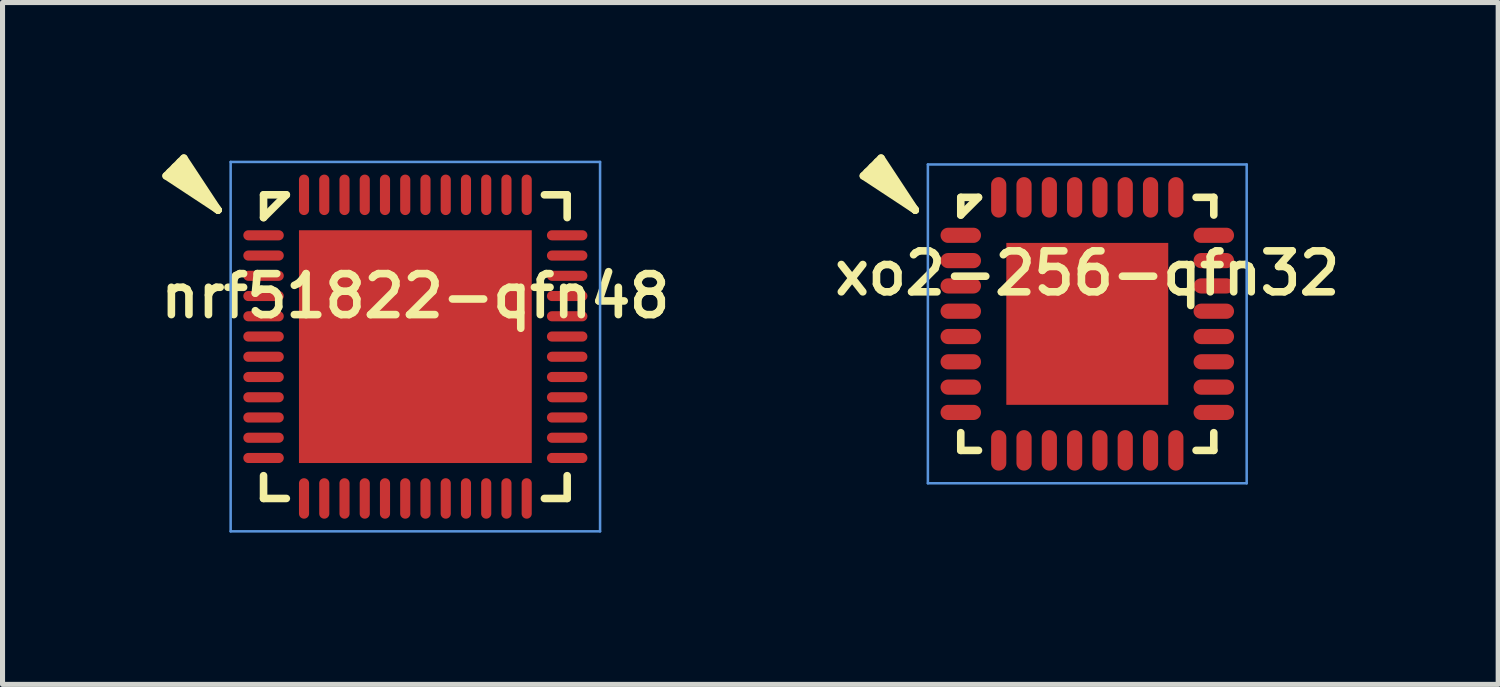
<source format=kicad_pcb>
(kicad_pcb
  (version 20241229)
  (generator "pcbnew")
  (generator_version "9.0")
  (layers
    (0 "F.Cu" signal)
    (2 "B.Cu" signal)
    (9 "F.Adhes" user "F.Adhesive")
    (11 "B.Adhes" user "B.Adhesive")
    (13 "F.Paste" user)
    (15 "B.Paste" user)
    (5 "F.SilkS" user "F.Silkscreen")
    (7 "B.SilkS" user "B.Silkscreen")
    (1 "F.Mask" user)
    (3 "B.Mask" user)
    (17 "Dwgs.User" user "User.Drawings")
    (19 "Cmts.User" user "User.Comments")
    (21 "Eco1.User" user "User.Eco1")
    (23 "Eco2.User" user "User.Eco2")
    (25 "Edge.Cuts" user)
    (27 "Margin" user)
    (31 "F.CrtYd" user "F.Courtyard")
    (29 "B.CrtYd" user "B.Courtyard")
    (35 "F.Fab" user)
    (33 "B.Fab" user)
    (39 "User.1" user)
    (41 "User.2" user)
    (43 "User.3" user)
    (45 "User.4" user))
  (footprint "nrf51822-qfn48"
    (layer "F.Cu")
    (at 5.158 3.8)
    (property "Reference" "nrf51822-qfn48" (at 0 -1 0) (layer "F.SilkS") (effects (font (size 0.81 0.81) (thickness 0.15))))
    (attr through_hole)
    (fp_line (start -4.925 -3.375) (end -4.575 -3.725) (stroke (width 0.15) (type solid)) (layer "F.SilkS"))
    (fp_line (start -4.575 -3.725) (end -3.9 -2.7) (stroke (width 0.15) (type solid)) (layer "F.SilkS"))
    (fp_line (start -3.9 -2.7) (end -4.925 -3.375) (stroke (width 0.15) (type solid)) (layer "F.SilkS"))
    (fp_line (start -3.9 -2.7) (end -4.85 -3.45) (stroke (width 0.15) (type solid)) (layer "F.SilkS"))
    (fp_line (start -3.9 -2.7) (end -4.75 -3.55) (stroke (width 0.15) (type solid)) (layer "F.SilkS"))
    (fp_line (start -3.9 -2.7) (end -4.65 -3.65) (stroke (width 0.15) (type solid)) (layer "F.SilkS"))
    (fp_line (start -3 -2.55) (end -3 -3) (stroke (width 0.15) (type solid)) (layer "F.SilkS"))
    (fp_line (start -3 -2.55) (end -2.55 -3) (stroke (width 0.15) (type solid)) (layer "F.SilkS"))
    (fp_line (start -3 2.55) (end -3 3) (stroke (width 0.15) (type solid)) (layer "F.SilkS"))
    (fp_line (start -2.55 -3) (end -3 -3) (stroke (width 0.15) (type solid)) (layer "F.SilkS"))
    (fp_line (start -2.55 3) (end -3 3) (stroke (width 0.15) (type solid)) (layer "F.SilkS"))
    (fp_line (start 2.55 -3) (end 3 -3) (stroke (width 0.15) (type solid)) (layer "F.SilkS"))
    (fp_line (start 2.55 3) (end 3 3) (stroke (width 0.15) (type solid)) (layer "F.SilkS"))
    (fp_line (start 3 -2.55) (end 3 -3) (stroke (width 0.15) (type solid)) (layer "F.SilkS"))
    (fp_line (start 3 2.55) (end 3 3) (stroke (width 0.15) (type solid)) (layer "F.SilkS"))
    (fp_line (start -3.65 -3.65) (end -3.65 3.65) (stroke (width 0.05) (type solid)) (layer "Cmts.User"))
    (fp_line (start -3.65 3.65) (end 3.65 3.65) (stroke (width 0.05) (type solid)) (layer "Cmts.User"))
    (fp_line (start 3.65 -3.65) (end -3.65 -3.65) (stroke (width 0.05) (type solid)) (layer "Cmts.User"))
    (fp_line (start 3.65 3.65) (end 3.65 -3.65) (stroke (width 0.05) (type solid)) (layer "Cmts.User"))
    (pad "1" smd oval (at -3 -2.2) (size 0.8 0.2) (layers "F.Cu" "F.Mask" "F.Paste"))
    (pad "2" smd oval (at -3 -1.8) (size 0.8 0.2) (layers "F.Cu" "F.Mask" "F.Paste"))
    (pad "3" smd oval (at -3 -1.4) (size 0.8 0.2) (layers "F.Cu" "F.Mask" "F.Paste"))
    (pad "4" smd oval (at -3 -1) (size 0.8 0.2) (layers "F.Cu" "F.Mask" "F.Paste"))
    (pad "5" smd oval (at -3 -0.6) (size 0.8 0.2) (layers "F.Cu" "F.Mask" "F.Paste"))
    (pad "6" smd oval (at -3 -0.2) (size 0.8 0.2) (layers "F.Cu" "F.Mask" "F.Paste"))
    (pad "7" smd oval (at -3 0.2) (size 0.8 0.2) (layers "F.Cu" "F.Mask" "F.Paste"))
    (pad "8" smd oval (at -3 0.6) (size 0.8 0.2) (layers "F.Cu" "F.Mask" "F.Paste"))
    (pad "9" smd oval (at -3 1) (size 0.8 0.2) (layers "F.Cu" "F.Mask" "F.Paste"))
    (pad "10" smd oval (at -3 1.4) (size 0.8 0.2) (layers "F.Cu" "F.Mask" "F.Paste"))
    (pad "11" smd oval (at -3 1.8) (size 0.8 0.2) (layers "F.Cu" "F.Mask" "F.Paste"))
    (pad "12" smd oval (at -3 2.2) (size 0.8 0.2) (layers "F.Cu" "F.Mask" "F.Paste"))
    (pad "13" smd oval (at -2.2 3 90) (size 0.8 0.2) (layers "F.Cu" "F.Mask" "F.Paste"))
    (pad "14" smd oval (at -1.8 3 90) (size 0.8 0.2) (layers "F.Cu" "F.Mask" "F.Paste"))
    (pad "15" smd oval (at -1.4 3 90) (size 0.8 0.2) (layers "F.Cu" "F.Mask" "F.Paste"))
    (pad "16" smd oval (at -1 3 90) (size 0.8 0.2) (layers "F.Cu" "F.Mask" "F.Paste"))
    (pad "17" smd oval (at -0.6 3 90) (size 0.8 0.2) (layers "F.Cu" "F.Mask" "F.Paste"))
    (pad "18" smd oval (at -0.2 3 90) (size 0.8 0.2) (layers "F.Cu" "F.Mask" "F.Paste"))
    (pad "19" smd oval (at 0.2 3 90) (size 0.8 0.2) (layers "F.Cu" "F.Mask" "F.Paste"))
    (pad "20" smd oval (at 0.6 3 90) (size 0.8 0.2) (layers "F.Cu" "F.Mask" "F.Paste"))
    (pad "21" smd oval (at 1 3 90) (size 0.8 0.2) (layers "F.Cu" "F.Mask" "F.Paste"))
    (pad "22" smd oval (at 1.4 3 90) (size 0.8 0.2) (layers "F.Cu" "F.Mask" "F.Paste"))
    (pad "23" smd oval (at 1.8 3 90) (size 0.8 0.2) (layers "F.Cu" "F.Mask" "F.Paste"))
    (pad "24" smd oval (at 2.2 3 90) (size 0.8 0.2) (layers "F.Cu" "F.Mask" "F.Paste"))
    (pad "25" smd oval (at 3 2.2) (size 0.8 0.2) (layers "F.Cu" "F.Mask" "F.Paste"))
    (pad "26" smd oval (at 3 1.8) (size 0.8 0.2) (layers "F.Cu" "F.Mask" "F.Paste"))
    (pad "27" smd oval (at 3 1.4) (size 0.8 0.2) (layers "F.Cu" "F.Mask" "F.Paste"))
    (pad "28" smd oval (at 3 1) (size 0.8 0.2) (layers "F.Cu" "F.Mask" "F.Paste"))
    (pad "29" smd oval (at 3 0.6) (size 0.8 0.2) (layers "F.Cu" "F.Mask" "F.Paste"))
    (pad "30" smd oval (at 3 0.2) (size 0.8 0.2) (layers "F.Cu" "F.Mask" "F.Paste"))
    (pad "31" smd oval (at 3 -0.2) (size 0.8 0.2) (layers "F.Cu" "F.Mask" "F.Paste"))
    (pad "32" smd oval (at 3 -0.6) (size 0.8 0.2) (layers "F.Cu" "F.Mask" "F.Paste"))
    (pad "33" smd oval (at 3 -1) (size 0.8 0.2) (layers "F.Cu" "F.Mask" "F.Paste"))
    (pad "34" smd oval (at 3 -1.4) (size 0.8 0.2) (layers "F.Cu" "F.Mask" "F.Paste"))
    (pad "35" smd oval (at 3 -1.8) (size 0.8 0.2) (layers "F.Cu" "F.Mask" "F.Paste"))
    (pad "36" smd oval (at 3 -2.2) (size 0.8 0.2) (layers "F.Cu" "F.Mask" "F.Paste"))
    (pad "37" smd oval (at 2.2 -3 90) (size 0.8 0.2) (layers "F.Cu" "F.Mask" "F.Paste"))
    (pad "38" smd oval (at 1.8 -3 90) (size 0.8 0.2) (layers "F.Cu" "F.Mask" "F.Paste"))
    (pad "39" smd oval (at 1.4 -3 90) (size 0.8 0.2) (layers "F.Cu" "F.Mask" "F.Paste"))
    (pad "40" smd oval (at 1 -3 90) (size 0.8 0.2) (layers "F.Cu" "F.Mask" "F.Paste"))
    (pad "41" smd oval (at 0.6 -3 90) (size 0.8 0.2) (layers "F.Cu" "F.Mask" "F.Paste"))
    (pad "42" smd oval (at 0.2 -3 90) (size 0.8 0.2) (layers "F.Cu" "F.Mask" "F.Paste"))
    (pad "43" smd oval (at -0.2 -3 90) (size 0.8 0.2) (layers "F.Cu" "F.Mask" "F.Paste"))
    (pad "44" smd oval (at -0.6 -3 90) (size 0.8 0.2) (layers "F.Cu" "F.Mask" "F.Paste"))
    (pad "45" smd oval (at -1 -3 90) (size 0.8 0.2) (layers "F.Cu" "F.Mask" "F.Paste"))
    (pad "46" smd oval (at -1.4 -3 90) (size 0.8 0.2) (layers "F.Cu" "F.Mask" "F.Paste"))
    (pad "47" smd oval (at -1.8 -3 90) (size 0.8 0.2) (layers "F.Cu" "F.Mask" "F.Paste"))
    (pad "48" smd oval (at -2.2 -3 90) (size 0.8 0.2) (layers "F.Cu" "F.Mask" "F.Paste"))
    (pad "FLAG" smd rect (at 0 0) (size 4.6 4.6) (layers "F.Cu" "F.Mask")))
  (footprint "xo2-256-qfn32"
    (layer "F.Cu")
    (at 18.436 3.35)
    (property "Reference" "xo2-256-qfn32" (at 0 -1 0) (layer "F.SilkS") (effects (font (size 0.81 0.81) (thickness 0.15))))
    (attr through_hole)
    (fp_line (start -4.425 -2.925) (end -4.075 -3.275) (stroke (width 0.15) (type solid)) (layer "F.SilkS"))
    (fp_line (start -4.075 -3.275) (end -3.4 -2.25) (stroke (width 0.15) (type solid)) (layer "F.SilkS"))
    (fp_line (start -3.4 -2.25) (end -4.425 -2.925) (stroke (width 0.15) (type solid)) (layer "F.SilkS"))
    (fp_line (start -3.4 -2.25) (end -4.35 -3) (stroke (width 0.15) (type solid)) (layer "F.SilkS"))
    (fp_line (start -3.4 -2.25) (end -4.25 -3.1) (stroke (width 0.15) (type solid)) (layer "F.SilkS"))
    (fp_line (start -3.4 -2.25) (end -4.15 -3.2) (stroke (width 0.15) (type solid)) (layer "F.SilkS"))
    (fp_line (start -2.5 -2.15) (end -2.5 -2.5) (stroke (width 0.15) (type solid)) (layer "F.SilkS"))
    (fp_line (start -2.5 -2.15) (end -2.15 -2.5) (stroke (width 0.15) (type solid)) (layer "F.SilkS"))
    (fp_line (start -2.5 2.15) (end -2.5 2.5) (stroke (width 0.15) (type solid)) (layer "F.SilkS"))
    (fp_line (start -2.15 -2.5) (end -2.5 -2.5) (stroke (width 0.15) (type solid)) (layer "F.SilkS"))
    (fp_line (start -2.15 2.5) (end -2.5 2.5) (stroke (width 0.15) (type solid)) (layer "F.SilkS"))
    (fp_line (start 2.15 -2.5) (end 2.5 -2.5) (stroke (width 0.15) (type solid)) (layer "F.SilkS"))
    (fp_line (start 2.15 2.5) (end 2.5 2.5) (stroke (width 0.15) (type solid)) (layer "F.SilkS"))
    (fp_line (start 2.5 -2.15) (end 2.5 -2.5) (stroke (width 0.15) (type solid)) (layer "F.SilkS"))
    (fp_line (start 2.5 2.15) (end 2.5 2.5) (stroke (width 0.15) (type solid)) (layer "F.SilkS"))
    (fp_line (start -3.15 -3.15) (end -3.15 3.15) (stroke (width 0.05) (type solid)) (layer "Cmts.User"))
    (fp_line (start -3.15 3.15) (end 3.15 3.15) (stroke (width 0.05) (type solid)) (layer "Cmts.User"))
    (fp_line (start 3.15 -3.15) (end -3.15 -3.15) (stroke (width 0.05) (type solid)) (layer "Cmts.User"))
    (fp_line (start 3.15 3.15) (end 3.15 -3.15) (stroke (width 0.05) (type solid)) (layer "Cmts.User"))
    (pad "1" smd oval (at -2.5 -1.75) (size 0.8 0.3) (layers "F.Cu" "F.Mask" "F.Paste"))
    (pad "2" smd oval (at -2.5 -1.25) (size 0.8 0.3) (layers "F.Cu" "F.Mask" "F.Paste"))
    (pad "3" smd oval (at -2.5 -0.75) (size 0.8 0.3) (layers "F.Cu" "F.Mask" "F.Paste"))
    (pad "4" smd oval (at -2.5 -0.25) (size 0.8 0.3) (layers "F.Cu" "F.Mask" "F.Paste"))
    (pad "5" smd oval (at -2.5 0.25) (size 0.8 0.3) (layers "F.Cu" "F.Mask" "F.Paste"))
    (pad "6" smd oval (at -2.5 0.75) (size 0.8 0.3) (layers "F.Cu" "F.Mask" "F.Paste"))
    (pad "7" smd oval (at -2.5 1.25) (size 0.8 0.3) (layers "F.Cu" "F.Mask" "F.Paste"))
    (pad "8" smd oval (at -2.5 1.75) (size 0.8 0.3) (layers "F.Cu" "F.Mask" "F.Paste"))
    (pad "9" smd oval (at -1.75 2.5 90) (size 0.8 0.3) (layers "F.Cu" "F.Mask" "F.Paste"))
    (pad "10" smd oval (at -1.25 2.5 90) (size 0.8 0.3) (layers "F.Cu" "F.Mask" "F.Paste"))
    (pad "11" smd oval (at -0.75 2.5 90) (size 0.8 0.3) (layers "F.Cu" "F.Mask" "F.Paste"))
    (pad "12" smd oval (at -0.25 2.5 90) (size 0.8 0.3) (layers "F.Cu" "F.Mask" "F.Paste"))
    (pad "13" smd oval (at 0.25 2.5 90) (size 0.8 0.3) (layers "F.Cu" "F.Mask" "F.Paste"))
    (pad "14" smd oval (at 0.75 2.5 90) (size 0.8 0.3) (layers "F.Cu" "F.Mask" "F.Paste"))
    (pad "15" smd oval (at 1.25 2.5 90) (size 0.8 0.3) (layers "F.Cu" "F.Mask" "F.Paste"))
    (pad "16" smd oval (at 1.75 2.5 90) (size 0.8 0.3) (layers "F.Cu" "F.Mask" "F.Paste"))
    (pad "17" smd oval (at 2.5 1.75) (size 0.8 0.3) (layers "F.Cu" "F.Mask" "F.Paste"))
    (pad "18" smd oval (at 2.5 1.25) (size 0.8 0.3) (layers "F.Cu" "F.Mask" "F.Paste"))
    (pad "19" smd oval (at 2.5 0.75) (size 0.8 0.3) (layers "F.Cu" "F.Mask" "F.Paste"))
    (pad "20" smd oval (at 2.5 0.25) (size 0.8 0.3) (layers "F.Cu" "F.Mask" "F.Paste"))
    (pad "21" smd oval (at 2.5 -0.25) (size 0.8 0.3) (layers "F.Cu" "F.Mask" "F.Paste"))
    (pad "22" smd oval (at 2.5 -0.75) (size 0.8 0.3) (layers "F.Cu" "F.Mask" "F.Paste"))
    (pad "23" smd oval (at 2.5 -1.25) (size 0.8 0.3) (layers "F.Cu" "F.Mask" "F.Paste"))
    (pad "24" smd oval (at 2.5 -1.75) (size 0.8 0.3) (layers "F.Cu" "F.Mask" "F.Paste"))
    (pad "25" smd oval (at 1.75 -2.5 90) (size 0.8 0.3) (layers "F.Cu" "F.Mask" "F.Paste"))
    (pad "26" smd oval (at 1.25 -2.5 90) (size 0.8 0.3) (layers "F.Cu" "F.Mask" "F.Paste"))
    (pad "27" smd oval (at 0.75 -2.5 90) (size 0.8 0.3) (layers "F.Cu" "F.Mask" "F.Paste"))
    (pad "28" smd oval (at 0.25 -2.5 90) (size 0.8 0.3) (layers "F.Cu" "F.Mask" "F.Paste"))
    (pad "29" smd oval (at -0.25 -2.5 90) (size 0.8 0.3) (layers "F.Cu" "F.Mask" "F.Paste"))
    (pad "30" smd oval (at -0.75 -2.5 90) (size 0.8 0.3) (layers "F.Cu" "F.Mask" "F.Paste"))
    (pad "31" smd oval (at -1.25 -2.5 90) (size 0.8 0.3) (layers "F.Cu" "F.Mask" "F.Paste"))
    (pad "32" smd oval (at -1.75 -2.5 90) (size 0.8 0.3) (layers "F.Cu" "F.Mask" "F.Paste"))
    (pad "FLAG" smd rect (at 0 0) (size 3.2 3.2) (layers "F.Cu" "F.Mask")))
  (gr_rect
    (start -3 -3)
    (end 26.556 10.475)
    (stroke (width 0.1) (type default))
    (fill no)
    (layer "Edge.Cuts")))
</source>
